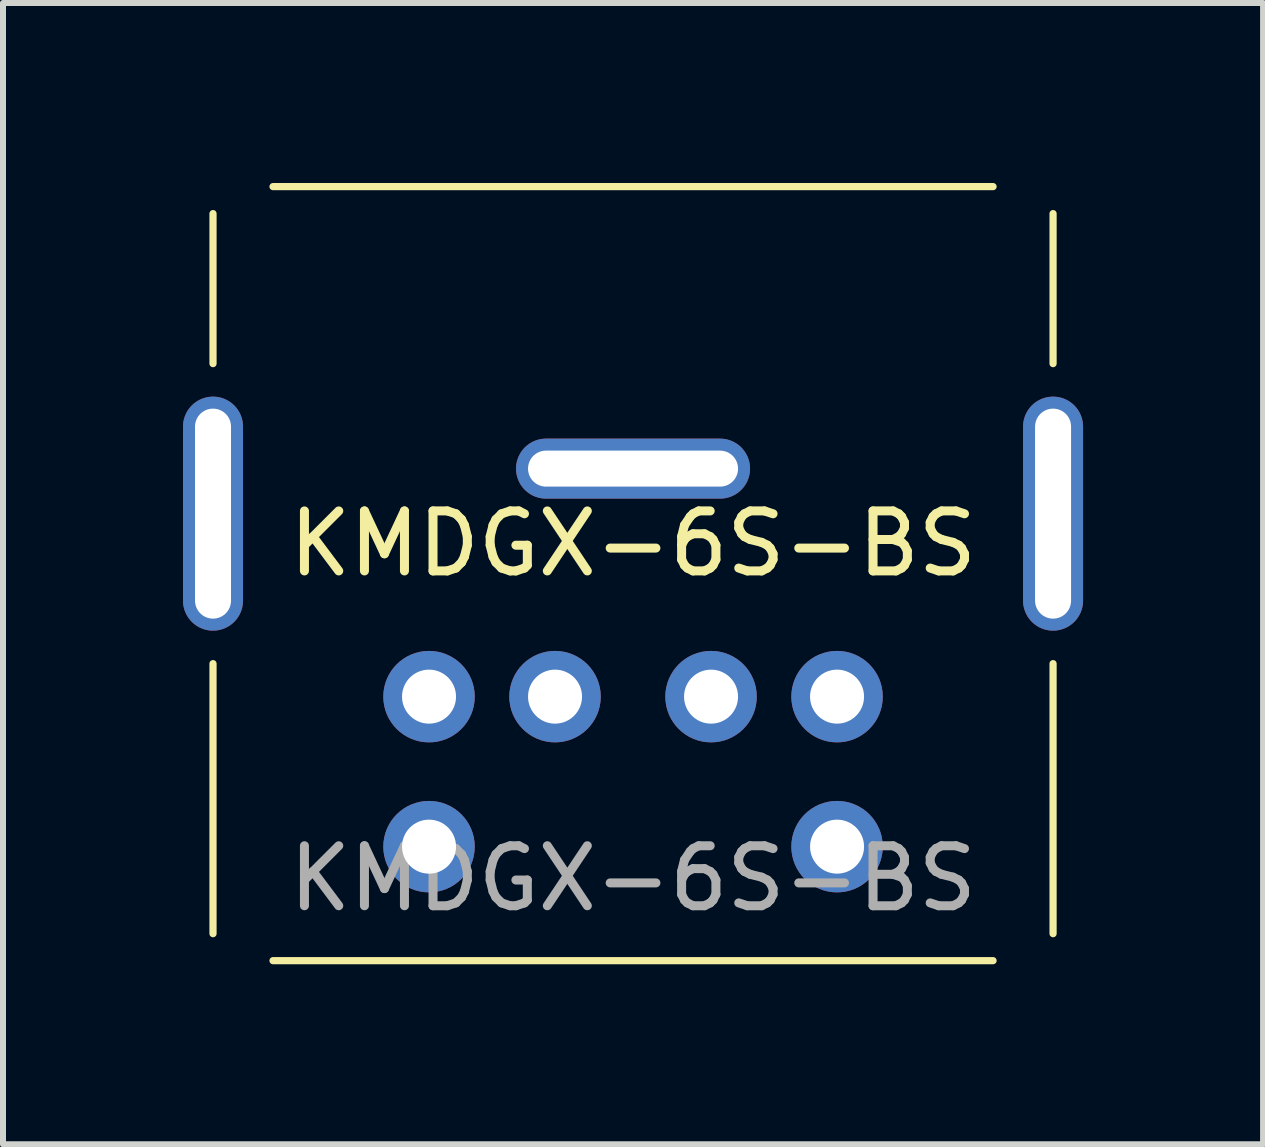
<source format=kicad_pcb>
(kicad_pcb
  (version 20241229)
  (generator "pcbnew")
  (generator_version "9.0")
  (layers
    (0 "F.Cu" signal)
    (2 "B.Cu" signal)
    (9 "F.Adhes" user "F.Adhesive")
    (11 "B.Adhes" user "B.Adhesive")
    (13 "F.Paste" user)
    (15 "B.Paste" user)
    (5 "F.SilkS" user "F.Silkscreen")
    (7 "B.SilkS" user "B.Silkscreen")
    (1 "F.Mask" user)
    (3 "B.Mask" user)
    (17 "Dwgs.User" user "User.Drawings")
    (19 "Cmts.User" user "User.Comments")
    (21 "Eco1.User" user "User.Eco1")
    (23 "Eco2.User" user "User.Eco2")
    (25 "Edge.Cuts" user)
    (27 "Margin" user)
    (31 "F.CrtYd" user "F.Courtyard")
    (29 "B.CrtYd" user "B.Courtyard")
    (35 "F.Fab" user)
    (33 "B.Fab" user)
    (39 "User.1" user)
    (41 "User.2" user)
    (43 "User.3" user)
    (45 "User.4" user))
  (footprint "KMDGX-6S-BS"
    (layer "F.Cu")
    (at 7.5 6.51)
    (property "Reference" "KMDGX-6S-BS" (at 0 -0.5 0) (unlocked yes) (layer "F.SilkS") (effects (font (size 1 1) (thickness 0.15))))
    (attr through_hole)
    (fp_line (start -7 -3.5) (end -7 -6) (stroke (width 0.12) (type solid)) (layer "F.SilkS"))
    (fp_line (start -7 6) (end -7 1.5) (stroke (width 0.12) (type solid)) (layer "F.SilkS"))
    (fp_line (start -6 -6.45) (end 6 -6.45) (stroke (width 0.12) (type solid)) (layer "F.SilkS"))
    (fp_line (start -6 6.45) (end 6 6.45) (stroke (width 0.12) (type solid)) (layer "F.SilkS"))
    (fp_line (start 7 -3.5) (end 7 -6) (stroke (width 0.12) (type solid)) (layer "F.SilkS"))
    (fp_line (start 7 6) (end 7 1.5) (stroke (width 0.12) (type solid)) (layer "F.SilkS"))
    (fp_text user "${REFERENCE}" (at 0 5.08 0) (unlocked yes) (layer "F.Fab") (effects (font (size 1 1) (thickness 0.15))))
    (pad "" np_thru_hole oval (at -7 -1) (size 1 3.9) (drill oval 0.6 3.5) (layers "*.Cu" "*.Mask"))
    (pad "" np_thru_hole oval (at 0 -1.75 90) (size 1 3.9) (drill oval 0.6 3.5) (layers "*.Cu" "*.Mask"))
    (pad "" np_thru_hole oval (at 7 -1) (size 1 3.9) (drill oval 0.6 3.5) (layers "*.Cu" "*.Mask"))
    (pad "1" thru_hole circle (at 1.3 2.05) (size 1.524 1.524) (drill 0.9) (layers "*.Cu" "*.Mask"))
    (pad "2" thru_hole circle (at -1.3 2.05) (size 1.524 1.524) (drill 0.9) (layers "*.Cu" "*.Mask"))
    (pad "3" thru_hole circle (at 3.4 2.05) (size 1.524 1.524) (drill 0.9) (layers "*.Cu" "*.Mask"))
    (pad "4" thru_hole circle (at -3.4 2.05) (size 1.524 1.524) (drill 0.9) (layers "*.Cu" "*.Mask"))
    (pad "5" thru_hole circle (at 3.4 4.55) (size 1.524 1.524) (drill 0.9) (layers "*.Cu" "*.Mask"))
    (pad "6" thru_hole circle (at -3.4 4.55) (size 1.524 1.524) (drill 0.9) (layers "*.Cu" "*.Mask")))
  (gr_rect
    (start -3 -3)
    (end 18 16.02)
    (stroke (width 0.1) (type default))
    (fill no)
    (layer "Edge.Cuts")))
</source>
